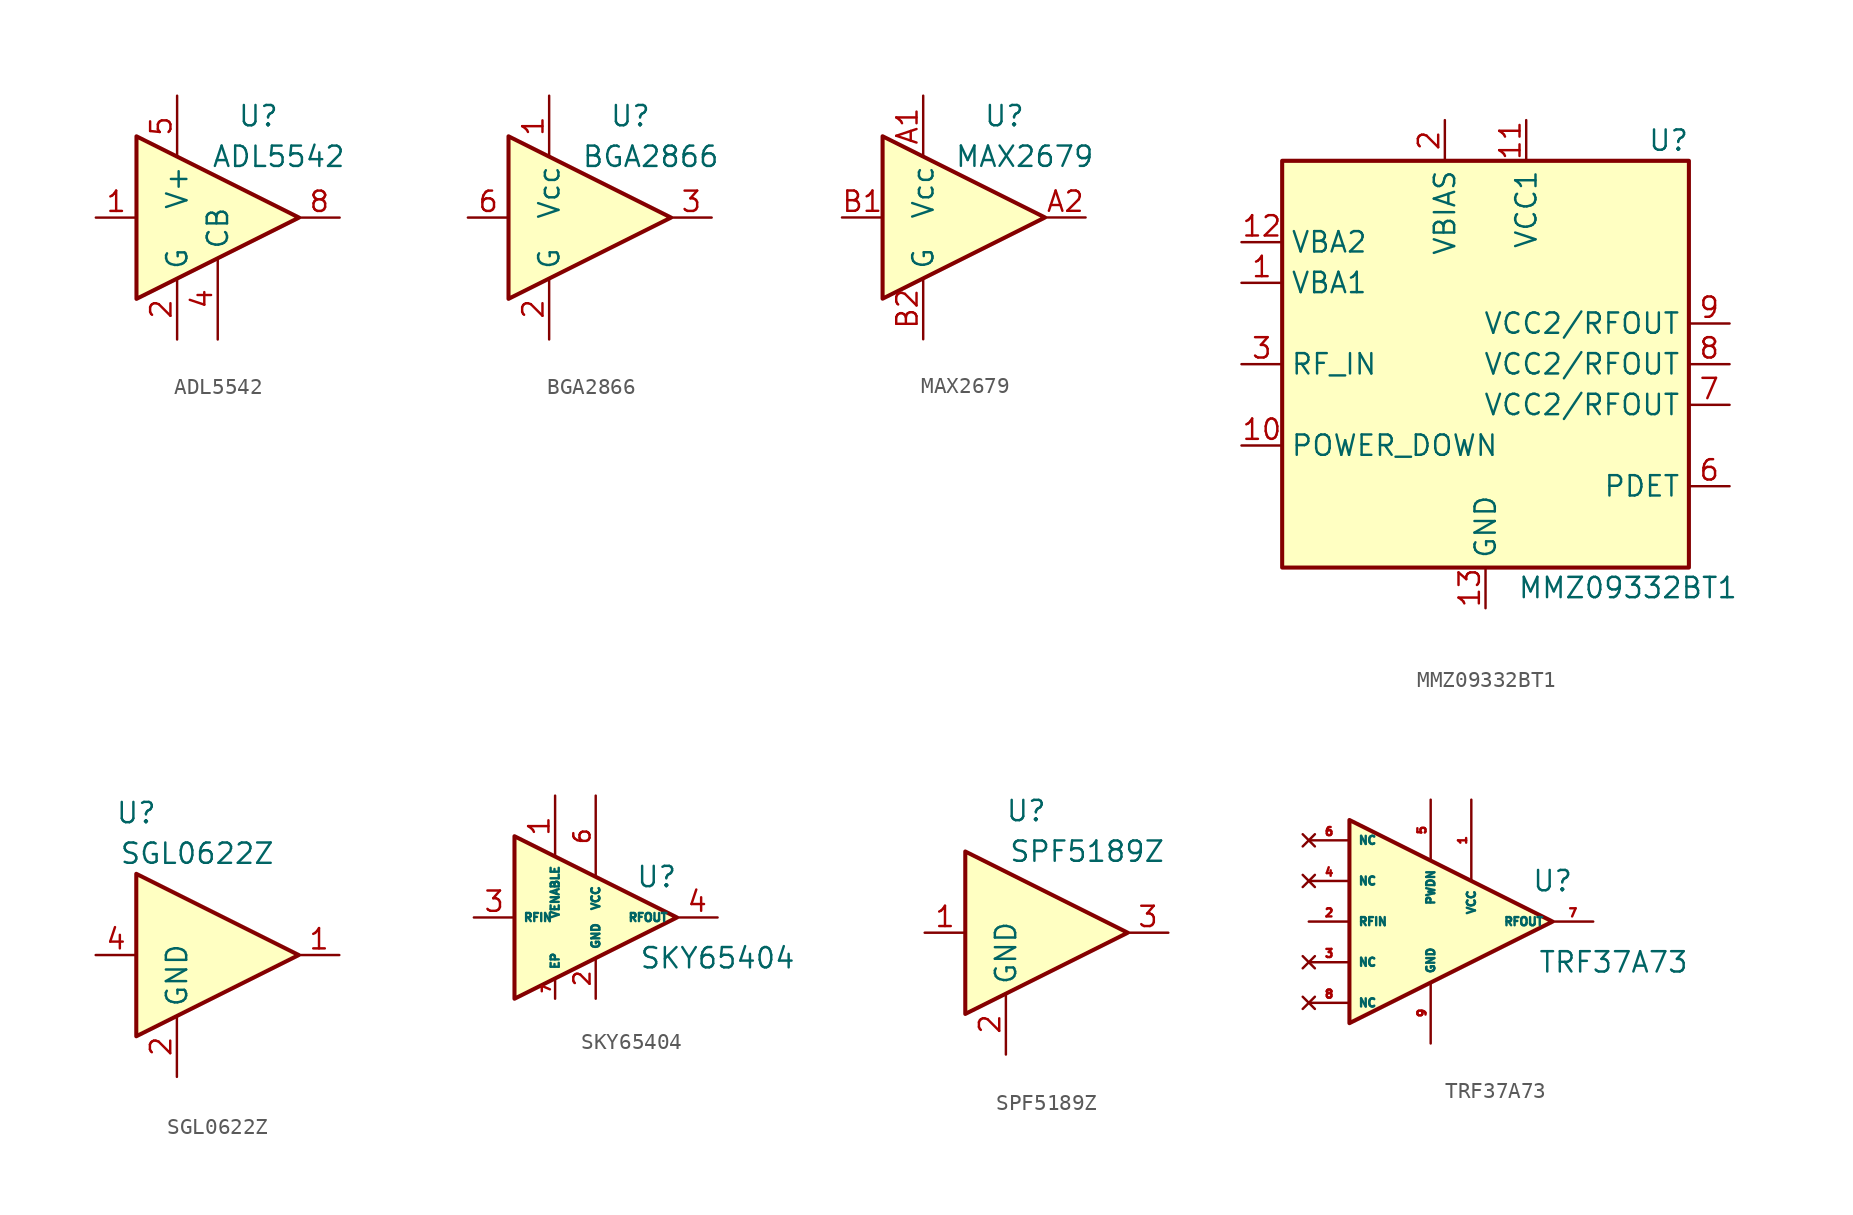
<source format=kicad_sym>
(kicad_symbol_lib
  (version 20201005)
  (generator kicad_symbol_editor)
  (symbol "RF_Amplifier:ADL5542"
    (property "Reference" "U"
      (at 2.54 6.35 0)
      (effects (font (size 1.27 1.27))))
    (property "Value" "ADL5542"
      (at 3.81 3.81 0)
      (effects (font (size 1.27 1.27))))
    (symbol "ADL5542_0_1"
      (polyline (pts (xy 5.08 0) (xy -5.08 5.08) (xy -5.08 -5.08) (xy 5.08 0)) (stroke (width 0.254)) (fill (type background))))
    (symbol "ADL5542_1_1"
      (pin input line (at -7.62 0 0) (length 2.54) (name "~" (effects (font (size 1.27 1.27)))) (number "1" (effects (font (size 1.27 1.27)))))
      (pin power_in line (at -2.54 -7.62 90) (length 3.81) (name "G" (effects (font (size 1.27 1.27)))) (number "2" (effects (font (size 1.27 1.27)))))
      (pin passive line (at 0 -7.62 90) (length 5.08) (name "CB" (effects (font (size 1.27 1.27)))) (number "4" (effects (font (size 1.27 1.27)))))
      (pin power_in line (at -2.54 7.62 270) (length 3.81) (name "V+" (effects (font (size 1.27 1.27)))) (number "5" (effects (font (size 1.27 1.27)))))
      (pin output line (at 7.62 0 180) (length 2.54) (name "~" (effects (font (size 1.27 1.27)))) (number "8" (effects (font (size 1.27 1.27)))))))
  (symbol "RF_Amplifier:BGA2866"
    (property "Reference" "U"
      (at 2.54 6.35 0)
      (effects (font (size 1.27 1.27))))
    (property "Value" "BGA2866"
      (at 3.81 3.81 0)
      (effects (font (size 1.27 1.27))))
    (symbol "BGA2866_0_1"
      (polyline (pts (xy 5.08 0) (xy -5.08 5.08) (xy -5.08 -5.08) (xy 5.08 0)) (stroke (width 0.254)) (fill (type background))))
    (symbol "BGA2866_1_1"
      (pin power_in line (at -2.54 7.62 270) (length 3.81) (name "Vcc" (effects (font (size 1.27 1.27)))) (number "1" (effects (font (size 1.27 1.27)))))
      (pin power_in line (at -2.54 -7.62 90) (length 3.81) (name "G" (effects (font (size 1.27 1.27)))) (number "2" (effects (font (size 1.27 1.27)))))
      (pin output line (at 7.62 0 180) (length 2.54) (name "~" (effects (font (size 1.27 1.27)))) (number "3" (effects (font (size 1.27 1.27)))))
      (pin passive line (at -2.54 -7.62 90) (length 3.81) hide (name "G" (effects (font (size 1.27 1.27)))) (number "4" (effects (font (size 1.27 1.27)))))
      (pin passive line (at -2.54 -7.62 90) (length 3.81) hide (name "G" (effects (font (size 1.27 1.27)))) (number "5" (effects (font (size 1.27 1.27)))))
      (pin input line (at -7.62 0 0) (length 2.54) (name "~" (effects (font (size 1.27 1.27)))) (number "6" (effects (font (size 1.27 1.27)))))))
  (symbol "RF_Amplifier:MAX2679"
    (property "Reference" "U"
      (at 2.54 6.35 0)
      (effects (font (size 1.27 1.27))))
    (property "Value" "MAX2679"
      (at 3.81 3.81 0)
      (effects (font (size 1.27 1.27))))
    (symbol "MAX2679_0_1"
      (polyline (pts (xy 5.08 0) (xy -5.08 5.08) (xy -5.08 -5.08) (xy 5.08 0)) (stroke (width 0.254)) (fill (type background))))
    (symbol "MAX2679_1_1"
      (pin power_in line (at -2.54 7.62 270) (length 3.81) (name "Vcc" (effects (font (size 1.27 1.27)))) (number "A1" (effects (font (size 1.27 1.27)))))
      (pin output line (at 7.62 0 180) (length 2.54) (name "~" (effects (font (size 1.27 1.27)))) (number "A2" (effects (font (size 1.27 1.27)))))
      (pin input line (at -7.62 0 0) (length 2.54) (name "~" (effects (font (size 1.27 1.27)))) (number "B1" (effects (font (size 1.27 1.27)))))
      (pin power_in line (at -2.54 -7.62 90) (length 3.81) (name "G" (effects (font (size 1.27 1.27)))) (number "B2" (effects (font (size 1.27 1.27)))))))
  (symbol "RF_Amplifier:MMZ09332BT1"
    (property "Reference" "U"
      (at 11.43 13.97 0)
      (effects (font (size 1.27 1.27))))
    (property "Value" "MMZ09332BT1"
      (at 8.89 -13.97 0)
      (effects (font (size 1.27 1.27))))
    (symbol "MMZ09332BT1_0_1"
      (rectangle (start -12.7 12.7) (end 12.7 -12.7) (stroke (width 0.254)) (fill (type background))))
    (symbol "MMZ09332BT1_1_1"
      (pin input line (at -15.24 5.08 0) (length 2.54) (name "VBA1" (effects (font (size 1.27 1.27)))) (number "1" (effects (font (size 1.27 1.27)))))
      (pin input line (at -15.24 -5.08 0) (length 2.54) (name "POWER_DOWN" (effects (font (size 1.27 1.27)))) (number "10" (effects (font (size 1.27 1.27)))))
      (pin power_in line (at 2.54 15.24 270) (length 2.54) (name "VCC1" (effects (font (size 1.27 1.27)))) (number "11" (effects (font (size 1.27 1.27)))))
      (pin input line (at -15.24 7.62 0) (length 2.54) (name "VBA2" (effects (font (size 1.27 1.27)))) (number "12" (effects (font (size 1.27 1.27)))))
      (pin power_in line (at 0 -15.24 90) (length 2.54) (name "GND" (effects (font (size 1.27 1.27)))) (number "13" (effects (font (size 1.27 1.27)))))
      (pin power_in line (at -2.54 15.24 270) (length 2.54) (name "VBIAS" (effects (font (size 1.27 1.27)))) (number "2" (effects (font (size 1.27 1.27)))))
      (pin input line (at -15.24 0 0) (length 2.54) (name "RF_IN" (effects (font (size 1.27 1.27)))) (number "3" (effects (font (size 1.27 1.27)))))
      (pin no_connect line (at -5.08 -12.7 90) (length 2.54) hide (name "NC" (effects (font (size 1.27 1.27)))) (number "4" (effects (font (size 1.27 1.27)))))
      (pin no_connect line (at -7.62 -12.7 90) (length 2.54) hide (name "NC" (effects (font (size 1.27 1.27)))) (number "5" (effects (font (size 1.27 1.27)))))
      (pin output line (at 15.24 -7.62 180) (length 2.54) (name "PDET" (effects (font (size 1.27 1.27)))) (number "6" (effects (font (size 1.27 1.27)))))
      (pin input line (at 15.24 -2.54 180) (length 2.54) (name "VCC2/RFOUT" (effects (font (size 1.27 1.27)))) (number "7" (effects (font (size 1.27 1.27)))))
      (pin input line (at 15.24 0 180) (length 2.54) (name "VCC2/RFOUT" (effects (font (size 1.27 1.27)))) (number "8" (effects (font (size 1.27 1.27)))))
      (pin input line (at 15.24 2.54 180) (length 2.54) (name "VCC2/RFOUT" (effects (font (size 1.27 1.27)))) (number "9" (effects (font (size 1.27 1.27)))))))
  (symbol "RF_Amplifier:SGL0622Z"
    (property "Reference" "U"
      (at -5.08 8.89 0)
      (effects (font (size 1.27 1.27))))
    (property "Value" "SGL0622Z"
      (at -1.27 6.35 0)
      (effects (font (size 1.27 1.27))))
    (symbol "SGL0622Z_0_0"
      (pin passive line (at -2.54 -7.62 90) (length 5.08) hide (name "GND" (effects (font (size 1.27 1.27)))) (number "9" (effects (font (size 1.27 1.27))))))
    (symbol "SGL0622Z_1_1"
      (polyline (pts (xy 5.08 0) (xy -5.08 5.08) (xy -5.08 -5.08) (xy 5.08 0)) (stroke (width 0.254)) (fill (type background)))
      (pin output line (at 7.62 0 180) (length 2.54) (name "~" (effects (font (size 1.27 1.27)))) (number "1" (effects (font (size 1.27 1.27)))))
      (pin power_in line (at -2.54 -7.62 90) (length 3.81) (name "GND" (effects (font (size 1.27 1.27)))) (number "2" (effects (font (size 1.27 1.27)))))
      (pin passive line (at -2.54 -7.62 90) (length 2.54) hide (name "GND" (effects (font (size 1.27 1.27)))) (number "3" (effects (font (size 1.27 1.27)))))
      (pin input line (at -7.62 0 0) (length 2.54) (name "~" (effects (font (size 1.27 1.27)))) (number "4" (effects (font (size 1.27 1.27)))))
      (pin passive line (at -2.54 -7.62 90) (length 2.54) hide (name "GND" (effects (font (size 1.27 1.27)))) (number "5" (effects (font (size 1.27 1.27)))))
      (pin passive line (at -2.54 -7.62 90) (length 2.54) hide (name "GND" (effects (font (size 1.27 1.27)))) (number "6" (effects (font (size 1.27 1.27)))))
      (pin passive line (at -2.54 -7.62 90) (length 2.54) hide (name "GND" (effects (font (size 1.27 1.27)))) (number "7" (effects (font (size 1.27 1.27)))))
      (pin passive line (at -2.54 -7.62 90) (length 2.54) hide (name "GND" (effects (font (size 1.27 1.27)))) (number "8" (effects (font (size 1.27 1.27)))))))
  (symbol "RF_Amplifier:SKY65404"
    (property "Reference" "U"
      (at 6.35 2.54 0)
      (effects (font (size 1.27 1.27))))
    (property "Value" "SKY65404"
      (at 10.16 -2.54 0)
      (effects (font (size 1.27 1.27))))
    (symbol "SKY65404_0_1"
      (polyline (pts (xy -2.54 5.08) (xy -2.54 -2.54) (xy -2.54 -5.08) (xy 7.62 0) (xy -2.54 5.08)) (stroke (width 0.254)) (fill (type background))))
    (symbol "SKY65404_1_1"
      (pin input line (at 0 7.62 270) (length 3.81) (name "VENABLE" (effects (font (size 0.508 0.508)))) (number "1" (effects (font (size 1.27 1.27)))))
      (pin power_in line (at 2.54 -5.08 90) (length 2.54) (name "GND" (effects (font (size 0.508 0.508)))) (number "2" (effects (font (size 1.016 1.016)))))
      (pin input line (at -5.08 0 0) (length 2.54) (name "RFIN" (effects (font (size 0.508 0.508)))) (number "3" (effects (font (size 1.27 1.27)))))
      (pin output line (at 10.16 0 180) (length 2.54) (name "RFOUT" (effects (font (size 0.508 0.508)))) (number "4" (effects (font (size 1.27 1.27)))))
      (pin passive line (at 2.54 -5.08 90) (length 2.54) hide (name "GND" (effects (font (size 0.508 0.508)))) (number "5" (effects (font (size 1.016 1.016)))))
      (pin power_in line (at 2.54 7.62 270) (length 5.08) (name "VCC" (effects (font (size 0.508 0.508)))) (number "6" (effects (font (size 1.016 1.016)))))
      (pin passive line (at 0 -5.08 90) (length 1.27) (name "EP" (effects (font (size 0.508 0.508)))) (number "7" (effects (font (size 0.508 0.508)))))))
  (symbol "RF_Amplifier:SPF5189Z"
    (property "Reference" "U"
      (at -1.27 7.62 0)
      (effects (font (size 1.27 1.27))))
    (property "Value" "SPF5189Z"
      (at 2.54 5.08 0)
      (effects (font (size 1.27 1.27))))
    (symbol "SPF5189Z_0_1"
      (polyline (pts (xy 5.08 0) (xy -5.08 5.08) (xy -5.08 -5.08) (xy 5.08 0)) (stroke (width 0.254)) (fill (type background))))
    (symbol "SPF5189Z_1_1"
      (pin input line (at -7.62 0 0) (length 2.54) (name "~" (effects (font (size 1.27 1.27)))) (number "1" (effects (font (size 1.27 1.27)))))
      (pin power_in line (at -2.54 -7.62 90) (length 3.81) (name "GND" (effects (font (size 1.27 1.27)))) (number "2" (effects (font (size 1.27 1.27)))))
      (pin output line (at 7.62 0 180) (length 2.54) (name "~" (effects (font (size 1.27 1.27)))) (number "3" (effects (font (size 1.27 1.27)))))))
  (symbol "RF_Amplifier:TRF37A73"
    (property "Reference" "U"
      (at 7.62 2.54 0)
      (effects (font (size 1.27 1.27))))
    (property "Value" "TRF37A73"
      (at 11.43 -2.54 0)
      (effects (font (size 1.27 1.27))))
    (symbol "TRF37A73_1_1"
      (polyline (pts (xy -5.08 6.35) (xy -5.08 0) (xy -5.08 -6.35) (xy 7.62 0) (xy -5.08 6.35)) (stroke (width 0.254)) (fill (type background)))
      (pin power_in line (at 2.54 7.62 270) (length 5.08) (name "VCC" (effects (font (size 0.508 0.508)))) (number "1" (effects (font (size 0.508 0.508)))))
      (pin input line (at -7.62 0 0) (length 2.54) (name "RFIN" (effects (font (size 0.508 0.508)))) (number "2" (effects (font (size 0.508 0.508)))))
      (pin no_connect line (at -7.62 -2.54 0) (length 2.54) (name "NC" (effects (font (size 0.508 0.508)))) (number "3" (effects (font (size 0.508 0.508)))))
      (pin no_connect line (at -7.62 2.54 0) (length 2.54) (name "NC" (effects (font (size 0.508 0.508)))) (number "4" (effects (font (size 0.508 0.508)))))
      (pin passive line (at 0 7.62 270) (length 3.81) (name "PWDN" (effects (font (size 0.508 0.508)))) (number "5" (effects (font (size 0.508 0.508)))))
      (pin no_connect line (at -7.62 5.08 0) (length 2.54) (name "NC" (effects (font (size 0.508 0.508)))) (number "6" (effects (font (size 0.508 0.508)))))
      (pin output line (at 10.16 0 180) (length 2.54) (name "RFOUT" (effects (font (size 0.508 0.508)))) (number "7" (effects (font (size 0.508 0.508)))))
      (pin no_connect line (at -7.62 -5.08 0) (length 2.54) (name "NC" (effects (font (size 0.508 0.508)))) (number "8" (effects (font (size 0.508 0.508)))))
      (pin power_in line (at 0 -7.62 90) (length 3.81) (name "GND" (effects (font (size 0.508 0.508)))) (number "9" (effects (font (size 0.508 0.508))))))))
</source>
